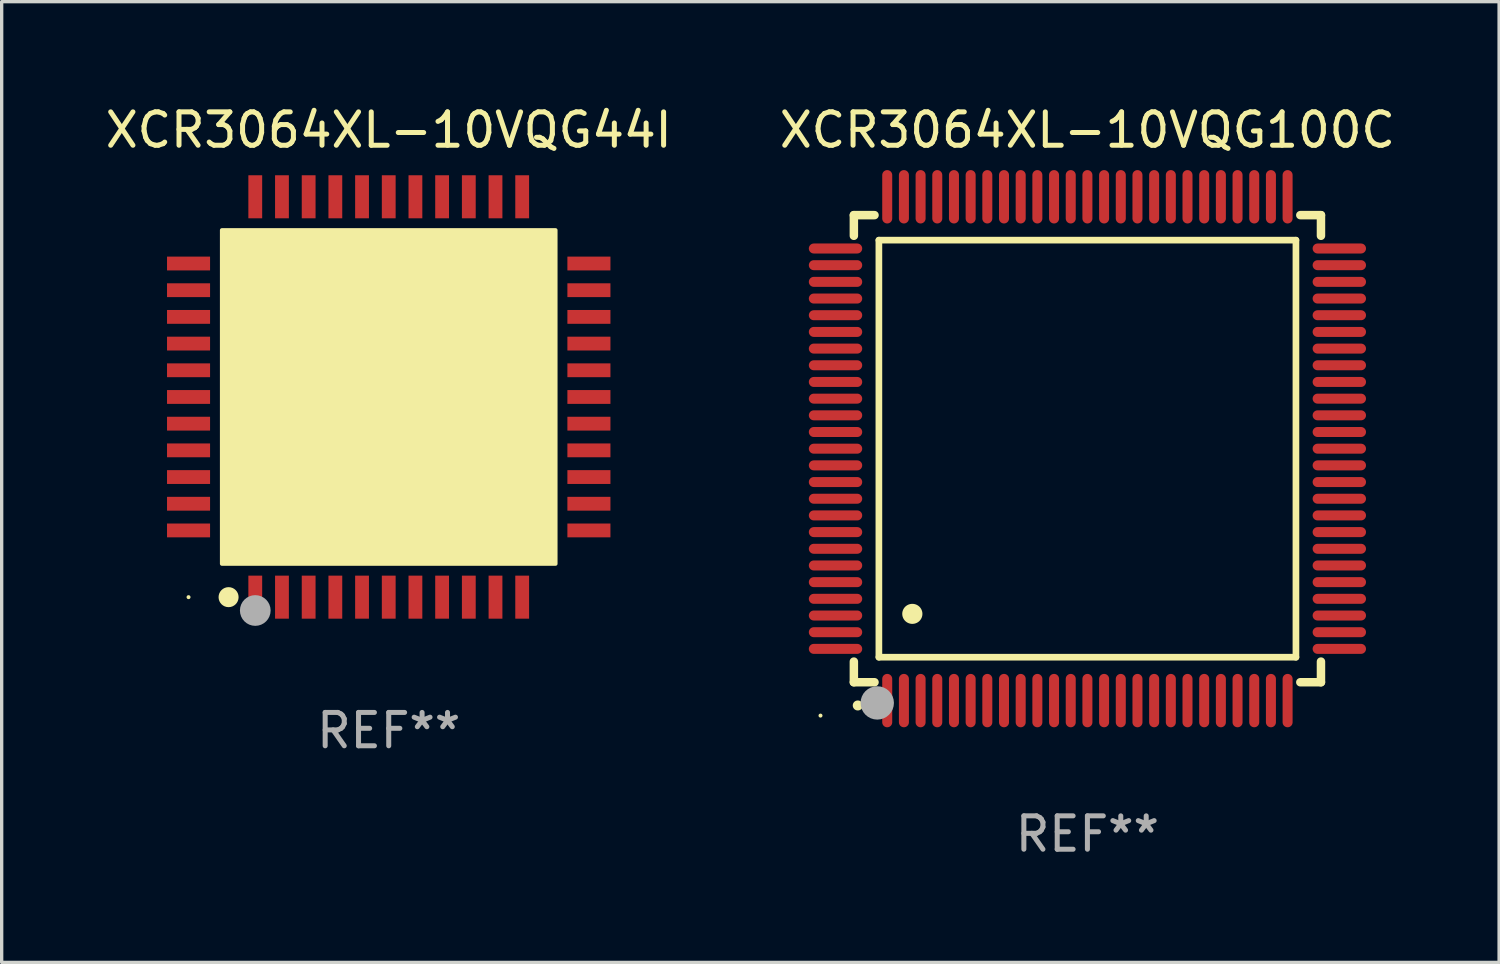
<source format=kicad_pcb>
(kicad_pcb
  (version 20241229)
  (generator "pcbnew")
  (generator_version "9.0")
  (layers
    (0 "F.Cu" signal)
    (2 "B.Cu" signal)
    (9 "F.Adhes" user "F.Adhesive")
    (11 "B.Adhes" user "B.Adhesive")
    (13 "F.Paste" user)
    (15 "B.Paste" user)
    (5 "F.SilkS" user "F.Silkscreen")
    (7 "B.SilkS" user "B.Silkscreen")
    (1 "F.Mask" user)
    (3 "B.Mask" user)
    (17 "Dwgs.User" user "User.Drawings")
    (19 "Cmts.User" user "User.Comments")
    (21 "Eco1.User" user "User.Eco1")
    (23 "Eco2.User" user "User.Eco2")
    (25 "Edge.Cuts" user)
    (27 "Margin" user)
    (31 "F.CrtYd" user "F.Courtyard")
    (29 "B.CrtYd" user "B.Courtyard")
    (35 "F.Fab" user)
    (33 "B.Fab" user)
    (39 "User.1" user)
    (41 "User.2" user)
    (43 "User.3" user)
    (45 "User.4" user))
  (footprint "XCR3064XL-10VQG100C"
    (layer "F.Cu")
    (at 29.542 10.398)
    (property "Reference" "XCR3064XL-10VQG100C" (at 0 -9.55 0) (layer "F.SilkS") (effects (font (size 1 1) (thickness 0.15))))
    (attr through_hole)
    (fp_line (start -7 -7) (end -6.381 -7) (stroke (width 0.254) (type solid)) (layer "F.SilkS"))
    (fp_line (start -7 -6.381) (end -7 -7) (stroke (width 0.254) (type solid)) (layer "F.SilkS"))
    (fp_line (start -7 7) (end -7 6.381) (stroke (width 0.254) (type solid)) (layer "F.SilkS"))
    (fp_line (start -6.381 7) (end -7 7) (stroke (width 0.254) (type solid)) (layer "F.SilkS"))
    (fp_line (start -6.25 -6.25) (end -6.25 6.25) (stroke (width 0.2) (type solid)) (layer "F.SilkS"))
    (fp_line (start -6.25 6.25) (end 6.25 6.25) (stroke (width 0.2) (type solid)) (layer "F.SilkS"))
    (fp_line (start 6.25 -6.25) (end -6.25 -6.25) (stroke (width 0.2) (type solid)) (layer "F.SilkS"))
    (fp_line (start 6.25 6.25) (end 6.25 -6.25) (stroke (width 0.2) (type solid)) (layer "F.SilkS"))
    (fp_line (start 6.381 -7) (end 7 -7) (stroke (width 0.254) (type solid)) (layer "F.SilkS"))
    (fp_line (start 7 -7) (end 7 -6.381) (stroke (width 0.254) (type solid)) (layer "F.SilkS"))
    (fp_line (start 7 6.381) (end 7 7) (stroke (width 0.254) (type solid)) (layer "F.SilkS"))
    (fp_line (start 7 7) (end 6.381 7) (stroke (width 0.254) (type solid)) (layer "F.SilkS"))
    (fp_arc (start -6.883414 7.696215) (mid -6.882144 7.69621) (end -6.880874 7.696215) (stroke (width 0.3) (type solid)) (layer "F.SilkS"))
    (fp_arc (start -5.250191 4.95047) (mid -5.247651 4.950459) (end -5.245111 4.95047) (stroke (width 0.6) (type solid)) (layer "F.SilkS"))
    (fp_circle (center -8 8) (end -7.97 8) (stroke (width 0.06) (type solid)) (fill no) (layer "F.SilkS"))
    (fp_circle (center -6.299 7.62) (end -6.049 7.62) (stroke (width 0.5) (type solid)) (fill no) (layer "F.Fab"))
    (fp_text user "REF**" (at 0 11.55 0) (layer "F.Fab") (effects (font (size 1 1) (thickness 0.15))))
    (pad "1" smd oval (at -6 7.55) (size 0.3 1.6) (layers "F.Cu" "F.Mask" "F.Paste"))
    (pad "2" smd oval (at -5.5 7.55) (size 0.3 1.6) (layers "F.Cu" "F.Mask" "F.Paste"))
    (pad "3" smd oval (at -5 7.55) (size 0.3 1.6) (layers "F.Cu" "F.Mask" "F.Paste"))
    (pad "4" smd oval (at -4.5 7.55) (size 0.3 1.6) (layers "F.Cu" "F.Mask" "F.Paste"))
    (pad "5" smd oval (at -4 7.55) (size 0.3 1.6) (layers "F.Cu" "F.Mask" "F.Paste"))
    (pad "6" smd oval (at -3.5 7.55) (size 0.3 1.6) (layers "F.Cu" "F.Mask" "F.Paste"))
    (pad "7" smd oval (at -3 7.55) (size 0.3 1.6) (layers "F.Cu" "F.Mask" "F.Paste"))
    (pad "8" smd oval (at -2.5 7.55) (size 0.3 1.6) (layers "F.Cu" "F.Mask" "F.Paste"))
    (pad "9" smd oval (at -2 7.55) (size 0.3 1.6) (layers "F.Cu" "F.Mask" "F.Paste"))
    (pad "10" smd oval (at -1.5 7.55) (size 0.3 1.6) (layers "F.Cu" "F.Mask" "F.Paste"))
    (pad "11" smd oval (at -1 7.55) (size 0.3 1.6) (layers "F.Cu" "F.Mask" "F.Paste"))
    (pad "12" smd oval (at -0.5 7.55) (size 0.3 1.6) (layers "F.Cu" "F.Mask" "F.Paste"))
    (pad "13" smd oval (at 0 7.55) (size 0.3 1.6) (layers "F.Cu" "F.Mask" "F.Paste"))
    (pad "14" smd oval (at 0.5 7.55) (size 0.3 1.6) (layers "F.Cu" "F.Mask" "F.Paste"))
    (pad "15" smd oval (at 1 7.55) (size 0.3 1.6) (layers "F.Cu" "F.Mask" "F.Paste"))
    (pad "16" smd oval (at 1.5 7.55) (size 0.3 1.6) (layers "F.Cu" "F.Mask" "F.Paste"))
    (pad "17" smd oval (at 2 7.55) (size 0.3 1.6) (layers "F.Cu" "F.Mask" "F.Paste"))
    (pad "18" smd oval (at 2.5 7.55) (size 0.3 1.6) (layers "F.Cu" "F.Mask" "F.Paste"))
    (pad "19" smd oval (at 3 7.55) (size 0.3 1.6) (layers "F.Cu" "F.Mask" "F.Paste"))
    (pad "20" smd oval (at 3.5 7.55) (size 0.3 1.6) (layers "F.Cu" "F.Mask" "F.Paste"))
    (pad "21" smd oval (at 4 7.55) (size 0.3 1.6) (layers "F.Cu" "F.Mask" "F.Paste"))
    (pad "22" smd oval (at 4.5 7.55) (size 0.3 1.6) (layers "F.Cu" "F.Mask" "F.Paste"))
    (pad "23" smd oval (at 5 7.55) (size 0.3 1.6) (layers "F.Cu" "F.Mask" "F.Paste"))
    (pad "24" smd oval (at 5.5 7.55) (size 0.3 1.6) (layers "F.Cu" "F.Mask" "F.Paste"))
    (pad "25" smd oval (at 6 7.55) (size 0.3 1.6) (layers "F.Cu" "F.Mask" "F.Paste"))
    (pad "26" smd oval (at 7.55 6) (size 1.6 0.3) (layers "F.Cu" "F.Mask" "F.Paste"))
    (pad "27" smd oval (at 7.55 5.5) (size 1.6 0.3) (layers "F.Cu" "F.Mask" "F.Paste"))
    (pad "28" smd oval (at 7.55 5) (size 1.6 0.3) (layers "F.Cu" "F.Mask" "F.Paste"))
    (pad "29" smd oval (at 7.55 4.5) (size 1.6 0.3) (layers "F.Cu" "F.Mask" "F.Paste"))
    (pad "30" smd oval (at 7.55 4) (size 1.6 0.3) (layers "F.Cu" "F.Mask" "F.Paste"))
    (pad "31" smd oval (at 7.55 3.5) (size 1.6 0.3) (layers "F.Cu" "F.Mask" "F.Paste"))
    (pad "32" smd oval (at 7.55 3) (size 1.6 0.3) (layers "F.Cu" "F.Mask" "F.Paste"))
    (pad "33" smd oval (at 7.55 2.5) (size 1.6 0.3) (layers "F.Cu" "F.Mask" "F.Paste"))
    (pad "34" smd oval (at 7.55 2) (size 1.6 0.3) (layers "F.Cu" "F.Mask" "F.Paste"))
    (pad "35" smd oval (at 7.55 1.5) (size 1.6 0.3) (layers "F.Cu" "F.Mask" "F.Paste"))
    (pad "36" smd oval (at 7.55 1) (size 1.6 0.3) (layers "F.Cu" "F.Mask" "F.Paste"))
    (pad "37" smd oval (at 7.55 0.5) (size 1.6 0.3) (layers "F.Cu" "F.Mask" "F.Paste"))
    (pad "38" smd oval (at 7.55 0) (size 1.6 0.3) (layers "F.Cu" "F.Mask" "F.Paste"))
    (pad "39" smd oval (at 7.55 -0.5) (size 1.6 0.3) (layers "F.Cu" "F.Mask" "F.Paste"))
    (pad "40" smd oval (at 7.55 -1) (size 1.6 0.3) (layers "F.Cu" "F.Mask" "F.Paste"))
    (pad "41" smd oval (at 7.55 -1.5) (size 1.6 0.3) (layers "F.Cu" "F.Mask" "F.Paste"))
    (pad "42" smd oval (at 7.55 -2) (size 1.6 0.3) (layers "F.Cu" "F.Mask" "F.Paste"))
    (pad "43" smd oval (at 7.55 -2.5) (size 1.6 0.3) (layers "F.Cu" "F.Mask" "F.Paste"))
    (pad "44" smd oval (at 7.55 -3) (size 1.6 0.3) (layers "F.Cu" "F.Mask" "F.Paste"))
    (pad "45" smd oval (at 7.55 -3.5) (size 1.6 0.3) (layers "F.Cu" "F.Mask" "F.Paste"))
    (pad "46" smd oval (at 7.55 -4) (size 1.6 0.3) (layers "F.Cu" "F.Mask" "F.Paste"))
    (pad "47" smd oval (at 7.55 -4.5) (size 1.6 0.3) (layers "F.Cu" "F.Mask" "F.Paste"))
    (pad "48" smd oval (at 7.55 -5) (size 1.6 0.3) (layers "F.Cu" "F.Mask" "F.Paste"))
    (pad "49" smd oval (at 7.55 -5.5) (size 1.6 0.3) (layers "F.Cu" "F.Mask" "F.Paste"))
    (pad "50" smd oval (at 7.55 -6) (size 1.6 0.3) (layers "F.Cu" "F.Mask" "F.Paste"))
    (pad "51" smd oval (at 6 -7.55) (size 0.3 1.6) (layers "F.Cu" "F.Mask" "F.Paste"))
    (pad "52" smd oval (at 5.5 -7.55) (size 0.3 1.6) (layers "F.Cu" "F.Mask" "F.Paste"))
    (pad "53" smd oval (at 5 -7.55) (size 0.3 1.6) (layers "F.Cu" "F.Mask" "F.Paste"))
    (pad "54" smd oval (at 4.5 -7.55) (size 0.3 1.6) (layers "F.Cu" "F.Mask" "F.Paste"))
    (pad "55" smd oval (at 4 -7.55) (size 0.3 1.6) (layers "F.Cu" "F.Mask" "F.Paste"))
    (pad "56" smd oval (at 3.5 -7.55) (size 0.3 1.6) (layers "F.Cu" "F.Mask" "F.Paste"))
    (pad "57" smd oval (at 3 -7.55) (size 0.3 1.6) (layers "F.Cu" "F.Mask" "F.Paste"))
    (pad "58" smd oval (at 2.5 -7.55) (size 0.3 1.6) (layers "F.Cu" "F.Mask" "F.Paste"))
    (pad "59" smd oval (at 2 -7.55) (size 0.3 1.6) (layers "F.Cu" "F.Mask" "F.Paste"))
    (pad "60" smd oval (at 1.5 -7.55) (size 0.3 1.6) (layers "F.Cu" "F.Mask" "F.Paste"))
    (pad "61" smd oval (at 1 -7.55) (size 0.3 1.6) (layers "F.Cu" "F.Mask" "F.Paste"))
    (pad "62" smd oval (at 0.5 -7.55) (size 0.3 1.6) (layers "F.Cu" "F.Mask" "F.Paste"))
    (pad "63" smd oval (at 0 -7.55) (size 0.3 1.6) (layers "F.Cu" "F.Mask" "F.Paste"))
    (pad "64" smd oval (at -0.5 -7.55) (size 0.3 1.6) (layers "F.Cu" "F.Mask" "F.Paste"))
    (pad "65" smd oval (at -1 -7.55) (size 0.3 1.6) (layers "F.Cu" "F.Mask" "F.Paste"))
    (pad "66" smd oval (at -1.5 -7.55) (size 0.3 1.6) (layers "F.Cu" "F.Mask" "F.Paste"))
    (pad "67" smd oval (at -2 -7.55) (size 0.3 1.6) (layers "F.Cu" "F.Mask" "F.Paste"))
    (pad "68" smd oval (at -2.5 -7.55) (size 0.3 1.6) (layers "F.Cu" "F.Mask" "F.Paste"))
    (pad "69" smd oval (at -3 -7.55) (size 0.3 1.6) (layers "F.Cu" "F.Mask" "F.Paste"))
    (pad "70" smd oval (at -3.5 -7.55) (size 0.3 1.6) (layers "F.Cu" "F.Mask" "F.Paste"))
    (pad "71" smd oval (at -4 -7.55) (size 0.3 1.6) (layers "F.Cu" "F.Mask" "F.Paste"))
    (pad "72" smd oval (at -4.5 -7.55) (size 0.3 1.6) (layers "F.Cu" "F.Mask" "F.Paste"))
    (pad "73" smd oval (at -5 -7.55) (size 0.3 1.6) (layers "F.Cu" "F.Mask" "F.Paste"))
    (pad "74" smd oval (at -5.5 -7.55) (size 0.3 1.6) (layers "F.Cu" "F.Mask" "F.Paste"))
    (pad "75" smd oval (at -6 -7.55) (size 0.3 1.6) (layers "F.Cu" "F.Mask" "F.Paste"))
    (pad "76" smd oval (at -7.55 -6) (size 1.6 0.3) (layers "F.Cu" "F.Mask" "F.Paste"))
    (pad "77" smd oval (at -7.55 -5.5) (size 1.6 0.3) (layers "F.Cu" "F.Mask" "F.Paste"))
    (pad "78" smd oval (at -7.55 -5) (size 1.6 0.3) (layers "F.Cu" "F.Mask" "F.Paste"))
    (pad "79" smd oval (at -7.55 -4.5) (size 1.6 0.3) (layers "F.Cu" "F.Mask" "F.Paste"))
    (pad "80" smd oval (at -7.55 -4) (size 1.6 0.3) (layers "F.Cu" "F.Mask" "F.Paste"))
    (pad "81" smd oval (at -7.55 -3.5) (size 1.6 0.3) (layers "F.Cu" "F.Mask" "F.Paste"))
    (pad "82" smd oval (at -7.55 -3) (size 1.6 0.3) (layers "F.Cu" "F.Mask" "F.Paste"))
    (pad "83" smd oval (at -7.55 -2.5) (size 1.6 0.3) (layers "F.Cu" "F.Mask" "F.Paste"))
    (pad "84" smd oval (at -7.55 -2) (size 1.6 0.3) (layers "F.Cu" "F.Mask" "F.Paste"))
    (pad "85" smd oval (at -7.55 -1.5) (size 1.6 0.3) (layers "F.Cu" "F.Mask" "F.Paste"))
    (pad "86" smd oval (at -7.55 -1) (size 1.6 0.3) (layers "F.Cu" "F.Mask" "F.Paste"))
    (pad "87" smd oval (at -7.55 -0.5) (size 1.6 0.3) (layers "F.Cu" "F.Mask" "F.Paste"))
    (pad "88" smd oval (at -7.55 0) (size 1.6 0.3) (layers "F.Cu" "F.Mask" "F.Paste"))
    (pad "89" smd oval (at -7.55 0.5) (size 1.6 0.3) (layers "F.Cu" "F.Mask" "F.Paste"))
    (pad "90" smd oval (at -7.55 1) (size 1.6 0.3) (layers "F.Cu" "F.Mask" "F.Paste"))
    (pad "91" smd oval (at -7.55 1.5) (size 1.6 0.3) (layers "F.Cu" "F.Mask" "F.Paste"))
    (pad "92" smd oval (at -7.55 2) (size 1.6 0.3) (layers "F.Cu" "F.Mask" "F.Paste"))
    (pad "93" smd oval (at -7.55 2.5) (size 1.6 0.3) (layers "F.Cu" "F.Mask" "F.Paste"))
    (pad "94" smd oval (at -7.55 3) (size 1.6 0.3) (layers "F.Cu" "F.Mask" "F.Paste"))
    (pad "95" smd oval (at -7.55 3.5) (size 1.6 0.3) (layers "F.Cu" "F.Mask" "F.Paste"))
    (pad "96" smd oval (at -7.55 4) (size 1.6 0.3) (layers "F.Cu" "F.Mask" "F.Paste"))
    (pad "97" smd oval (at -7.55 4.5) (size 1.6 0.3) (layers "F.Cu" "F.Mask" "F.Paste"))
    (pad "98" smd oval (at -7.55 5) (size 1.6 0.3) (layers "F.Cu" "F.Mask" "F.Paste"))
    (pad "99" smd oval (at -7.55 5.5) (size 1.6 0.3) (layers "F.Cu" "F.Mask" "F.Paste"))
    (pad "100" smd oval (at -7.55 6) (size 1.6 0.3) (layers "F.Cu" "F.Mask" "F.Paste")))
  (footprint "XCR3064XL-10VQG44I"
    (layer "F.Cu")
    (at 8.601 8.848)
    (property "Reference" "XCR3064XL-10VQG44I" (at 0 -8 0) (layer "F.SilkS") (effects (font (size 1 1) (thickness 0.15))))
    (attr through_hole)
    (fp_circle (center -6 6) (end -5.97 6) (stroke (width 0.06) (type solid)) (fill no) (layer "F.SilkS"))
    (fp_circle (center -4.8 6) (end -4.65 6) (stroke (width 0.3) (type solid)) (fill no) (layer "F.SilkS"))
    (fp_poly (pts (xy -5 -5) (xy 5 -5) (xy 5 5) (xy -5 5)) (stroke (width 0.12) (type solid)) (fill yes) (layer "F.SilkS"))
    (fp_circle (center -4 6.4) (end -3.77 6.4) (stroke (width 0.46) (type solid)) (fill no) (layer "F.Fab"))
    (fp_text user "REF**" (at 0 10 0) (layer "F.Fab") (effects (font (size 1 1) (thickness 0.15))))
    (pad "1" smd rect (at -4 6 90) (size 1.29 0.414) (layers "F.Cu" "F.Mask" "F.Paste"))
    (pad "2" smd rect (at -3.2 6 90) (size 1.29 0.414) (layers "F.Cu" "F.Mask" "F.Paste"))
    (pad "3" smd rect (at -2.4 6 90) (size 1.29 0.414) (layers "F.Cu" "F.Mask" "F.Paste"))
    (pad "4" smd rect (at -1.6 6 90) (size 1.29 0.414) (layers "F.Cu" "F.Mask" "F.Paste"))
    (pad "5" smd rect (at -0.8 6 90) (size 1.29 0.414) (layers "F.Cu" "F.Mask" "F.Paste"))
    (pad "6" smd rect (at 0 6 90) (size 1.29 0.414) (layers "F.Cu" "F.Mask" "F.Paste"))
    (pad "7" smd rect (at 0.8 6 90) (size 1.29 0.414) (layers "F.Cu" "F.Mask" "F.Paste"))
    (pad "8" smd rect (at 1.6 6 90) (size 1.29 0.414) (layers "F.Cu" "F.Mask" "F.Paste"))
    (pad "9" smd rect (at 2.4 6 90) (size 1.29 0.414) (layers "F.Cu" "F.Mask" "F.Paste"))
    (pad "10" smd rect (at 3.2 6 90) (size 1.29 0.414) (layers "F.Cu" "F.Mask" "F.Paste"))
    (pad "11" smd rect (at 4 6 90) (size 1.29 0.414) (layers "F.Cu" "F.Mask" "F.Paste"))
    (pad "12" smd rect (at 6 4 90) (size 0.414 1.29) (layers "F.Cu" "F.Mask" "F.Paste"))
    (pad "13" smd rect (at 6 3.2 90) (size 0.414 1.29) (layers "F.Cu" "F.Mask" "F.Paste"))
    (pad "14" smd rect (at 6 2.4 90) (size 0.414 1.29) (layers "F.Cu" "F.Mask" "F.Paste"))
    (pad "15" smd rect (at 6 1.6 90) (size 0.414 1.29) (layers "F.Cu" "F.Mask" "F.Paste"))
    (pad "16" smd rect (at 6 0.8 90) (size 0.414 1.29) (layers "F.Cu" "F.Mask" "F.Paste"))
    (pad "17" smd rect (at 6 0 90) (size 0.414 1.29) (layers "F.Cu" "F.Mask" "F.Paste"))
    (pad "18" smd rect (at 6 -0.8 90) (size 0.414 1.29) (layers "F.Cu" "F.Mask" "F.Paste"))
    (pad "19" smd rect (at 6 -1.6 90) (size 0.414 1.29) (layers "F.Cu" "F.Mask" "F.Paste"))
    (pad "20" smd rect (at 6 -2.4 90) (size 0.414 1.29) (layers "F.Cu" "F.Mask" "F.Paste"))
    (pad "21" smd rect (at 6 -3.2 90) (size 0.414 1.29) (layers "F.Cu" "F.Mask" "F.Paste"))
    (pad "22" smd rect (at 6 -4 90) (size 0.414 1.29) (layers "F.Cu" "F.Mask" "F.Paste"))
    (pad "23" smd rect (at 4 -6 90) (size 1.29 0.414) (layers "F.Cu" "F.Mask" "F.Paste"))
    (pad "24" smd rect (at 3.2 -6 90) (size 1.29 0.414) (layers "F.Cu" "F.Mask" "F.Paste"))
    (pad "25" smd rect (at 2.4 -6 90) (size 1.29 0.414) (layers "F.Cu" "F.Mask" "F.Paste"))
    (pad "26" smd rect (at 1.6 -6 90) (size 1.29 0.414) (layers "F.Cu" "F.Mask" "F.Paste"))
    (pad "27" smd rect (at 0.8 -6 90) (size 1.29 0.414) (layers "F.Cu" "F.Mask" "F.Paste"))
    (pad "28" smd rect (at 0 -6 90) (size 1.29 0.414) (layers "F.Cu" "F.Mask" "F.Paste"))
    (pad "29" smd rect (at -0.8 -6 90) (size 1.29 0.414) (layers "F.Cu" "F.Mask" "F.Paste"))
    (pad "30" smd rect (at -1.6 -6 90) (size 1.29 0.414) (layers "F.Cu" "F.Mask" "F.Paste"))
    (pad "31" smd rect (at -2.4 -6 90) (size 1.29 0.414) (layers "F.Cu" "F.Mask" "F.Paste"))
    (pad "32" smd rect (at -3.2 -6 90) (size 1.29 0.414) (layers "F.Cu" "F.Mask" "F.Paste"))
    (pad "33" smd rect (at -4 -6 90) (size 1.29 0.414) (layers "F.Cu" "F.Mask" "F.Paste"))
    (pad "34" smd rect (at -6 -4 180) (size 1.29 0.414) (layers "F.Cu" "F.Mask" "F.Paste"))
    (pad "35" smd rect (at -6 -3.2 180) (size 1.29 0.414) (layers "F.Cu" "F.Mask" "F.Paste"))
    (pad "36" smd rect (at -6 -2.4 180) (size 1.29 0.414) (layers "F.Cu" "F.Mask" "F.Paste"))
    (pad "37" smd rect (at -6 -1.6 180) (size 1.29 0.414) (layers "F.Cu" "F.Mask" "F.Paste"))
    (pad "38" smd rect (at -6 -0.8 180) (size 1.29 0.414) (layers "F.Cu" "F.Mask" "F.Paste"))
    (pad "39" smd rect (at -6 0 180) (size 1.29 0.414) (layers "F.Cu" "F.Mask" "F.Paste"))
    (pad "40" smd rect (at -6 0.8 180) (size 1.29 0.414) (layers "F.Cu" "F.Mask" "F.Paste"))
    (pad "41" smd rect (at -6 1.6 180) (size 1.29 0.414) (layers "F.Cu" "F.Mask" "F.Paste"))
    (pad "42" smd rect (at -6 2.4 180) (size 1.29 0.414) (layers "F.Cu" "F.Mask" "F.Paste"))
    (pad "43" smd rect (at -6 3.2 180) (size 1.29 0.414) (layers "F.Cu" "F.Mask" "F.Paste"))
    (pad "44" smd rect (at -6 4 180) (size 1.29 0.414) (layers "F.Cu" "F.Mask" "F.Paste")))
  (gr_rect
    (start -3 -3)
    (end 41.881 25.796)
    (stroke (width 0.1) (type default))
    (fill no)
    (layer "Edge.Cuts")))
</source>
